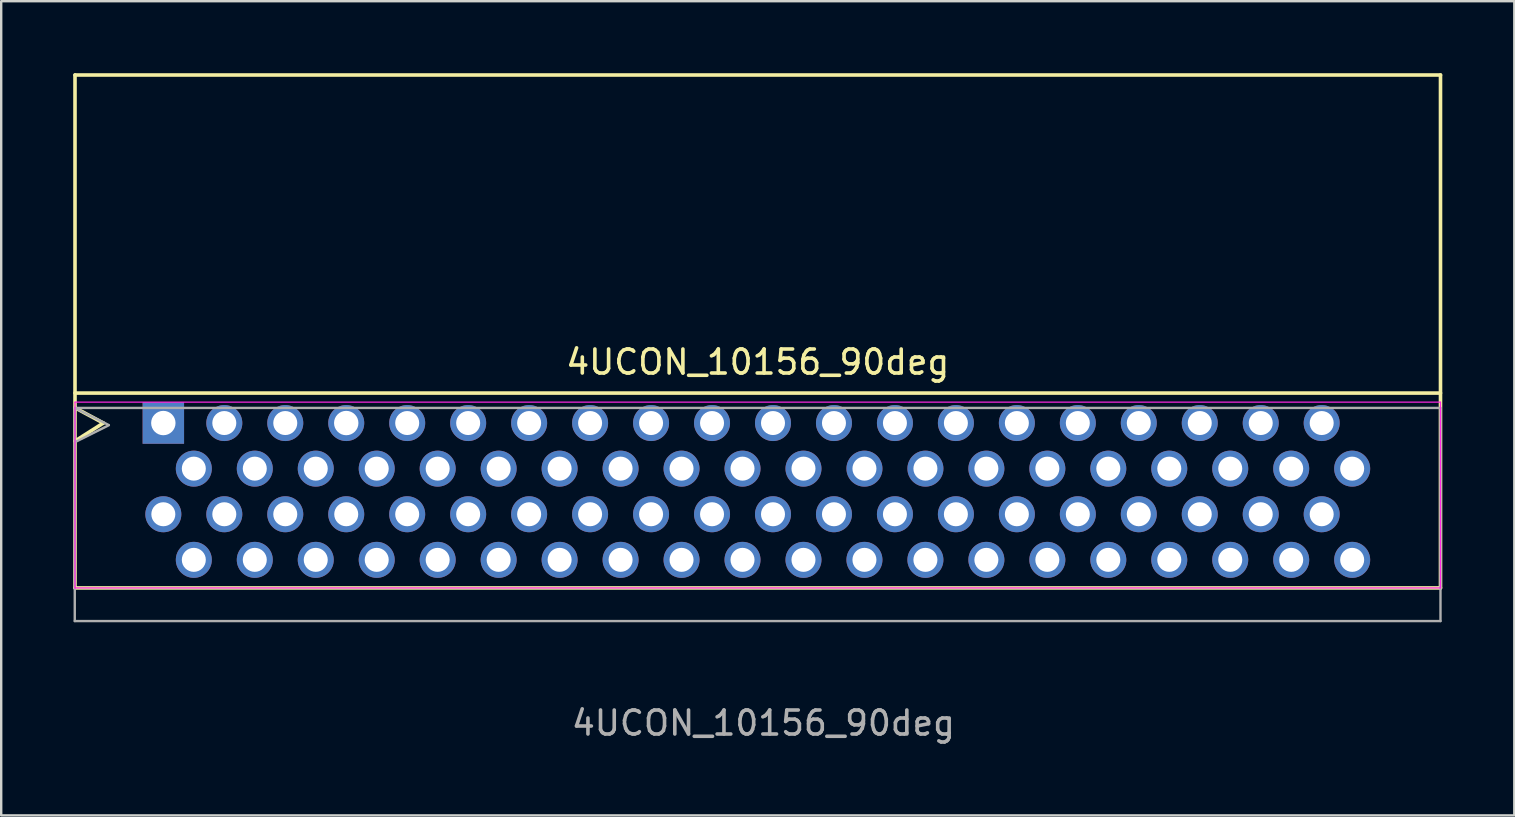
<source format=kicad_pcb>
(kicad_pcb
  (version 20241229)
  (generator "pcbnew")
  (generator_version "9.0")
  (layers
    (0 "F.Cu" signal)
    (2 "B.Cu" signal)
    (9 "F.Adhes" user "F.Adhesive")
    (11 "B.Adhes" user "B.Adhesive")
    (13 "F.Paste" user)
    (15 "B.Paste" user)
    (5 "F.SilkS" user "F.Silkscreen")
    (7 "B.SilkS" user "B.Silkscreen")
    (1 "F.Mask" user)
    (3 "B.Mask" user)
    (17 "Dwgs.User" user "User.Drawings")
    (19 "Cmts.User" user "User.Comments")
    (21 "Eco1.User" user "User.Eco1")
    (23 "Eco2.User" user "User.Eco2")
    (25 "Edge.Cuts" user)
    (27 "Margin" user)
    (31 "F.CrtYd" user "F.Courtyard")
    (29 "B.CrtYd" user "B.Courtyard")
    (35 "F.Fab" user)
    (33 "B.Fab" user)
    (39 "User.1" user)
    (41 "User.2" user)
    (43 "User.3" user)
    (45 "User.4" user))
  (footprint "4UCON_10156_90deg"
    (layer "F.Cu")
    (at 3.755 14.575)
    (property "Reference" "4UCON_10156_90deg" (at 24.765 -2.54 0) (layer "F.SilkS") (effects (font (size 1 1) (thickness 0.15))))
    (attr through_hole)
    (fp_line (start -3.68 -14.5) (end -3.68 6.87) (stroke (width 0.15) (type solid)) (layer "F.SilkS"))
    (fp_line (start -3.68 -14.5) (end 53.21 -14.5) (stroke (width 0.15) (type solid)) (layer "F.SilkS"))
    (fp_line (start -3.68 -1.25) (end 53.21 -1.25) (stroke (width 0.15) (type solid)) (layer "F.SilkS"))
    (fp_line (start -3.68 -0.635) (end -2.5 0) (stroke (width 0.15) (type solid)) (layer "F.SilkS"))
    (fp_line (start -2.5 0) (end -3.68 0.75) (stroke (width 0.15) (type solid)) (layer "F.SilkS"))
    (fp_line (start 53.21 -14.5) (end 53.21 6.87) (stroke (width 0.15) (type solid)) (layer "F.SilkS"))
    (fp_line (start 53.21 6.87) (end -3.68 6.87) (stroke (width 0.15) (type solid)) (layer "F.SilkS"))
    (fp_line (start -3.68 -0.87) (end -3.68 6.87) (stroke (width 0.05) (type solid)) (layer "F.CrtYd"))
    (fp_line (start 53.21 -0.87) (end -3.68 -0.87) (stroke (width 0.05) (type solid)) (layer "F.CrtYd"))
    (fp_line (start 53.21 6.87) (end -3.68 6.87) (stroke (width 0.05) (type solid)) (layer "F.CrtYd"))
    (fp_line (start 53.21 6.87) (end 53.21 -0.87) (stroke (width 0.05) (type solid)) (layer "F.CrtYd"))
    (fp_line (start -3.69 -0.63) (end 53.21 -0.63) (stroke (width 0.1) (type solid)) (layer "F.Fab"))
    (fp_line (start -3.69 8.25) (end -3.69 -0.63) (stroke (width 0.1) (type solid)) (layer "F.Fab"))
    (fp_line (start -3.68 -0.62) (end -2.28 0.08) (stroke (width 0.1) (type solid)) (layer "F.Fab"))
    (fp_line (start -2.27 0.09) (end -3.67 0.79) (stroke (width 0.1) (type solid)) (layer "F.Fab"))
    (fp_line (start 53.21 -0.63) (end 53.21 8.25) (stroke (width 0.1) (type solid)) (layer "F.Fab"))
    (fp_line (start 53.21 8.25) (end -3.69 8.25) (stroke (width 0.1) (type solid)) (layer "F.Fab"))
    (fp_text user "${REFERENCE}" (at 25 12.5 0) (layer "F.Fab") (effects (font (size 1 1) (thickness 0.15))))
    (pad "1" thru_hole rect (at 0 0) (size 1.727 1.727) (drill 1.016) (layers "*.Cu" "*.Mask"))
    (pad "2" thru_hole circle (at 0 3.8) (size 1.5 1.5) (drill 1) (layers "*.Cu" "*.Mask"))
    (pad "3" thru_hole circle (at 1.27 1.9) (size 1.5 1.5) (drill 1) (layers "*.Cu" "*.Mask"))
    (pad "4" thru_hole circle (at 1.27 5.7) (size 1.5 1.5) (drill 1) (layers "*.Cu" "*.Mask"))
    (pad "5" thru_hole circle (at 2.54 0) (size 1.5 1.5) (drill 1) (layers "*.Cu" "*.Mask"))
    (pad "6" thru_hole circle (at 2.54 3.8) (size 1.5 1.5) (drill 1) (layers "*.Cu" "*.Mask"))
    (pad "7" thru_hole circle (at 3.81 1.9) (size 1.5 1.5) (drill 1) (layers "*.Cu" "*.Mask"))
    (pad "8" thru_hole circle (at 3.81 5.7) (size 1.5 1.5) (drill 1) (layers "*.Cu" "*.Mask"))
    (pad "9" thru_hole circle (at 5.08 0) (size 1.5 1.5) (drill 1) (layers "*.Cu" "*.Mask"))
    (pad "10" thru_hole circle (at 5.08 3.8) (size 1.5 1.5) (drill 1) (layers "*.Cu" "*.Mask"))
    (pad "11" thru_hole circle (at 6.35 1.9) (size 1.5 1.5) (drill 1) (layers "*.Cu" "*.Mask"))
    (pad "12" thru_hole circle (at 6.35 5.7) (size 1.5 1.5) (drill 1) (layers "*.Cu" "*.Mask"))
    (pad "13" thru_hole circle (at 7.62 0) (size 1.5 1.5) (drill 1.016) (layers "*.Cu" "*.Mask"))
    (pad "14" thru_hole circle (at 7.62 3.8) (size 1.5 1.5) (drill 1) (layers "*.Cu" "*.Mask"))
    (pad "15" thru_hole circle (at 8.89 1.9) (size 1.5 1.5) (drill 1) (layers "*.Cu" "*.Mask"))
    (pad "16" thru_hole circle (at 8.89 5.7) (size 1.5 1.5) (drill 1) (layers "*.Cu" "*.Mask"))
    (pad "17" thru_hole circle (at 10.16 0) (size 1.5 1.5) (drill 1) (layers "*.Cu" "*.Mask"))
    (pad "18" thru_hole circle (at 10.16 3.8) (size 1.5 1.5) (drill 1) (layers "*.Cu" "*.Mask"))
    (pad "19" thru_hole circle (at 11.43 1.9) (size 1.5 1.5) (drill 1) (layers "*.Cu" "*.Mask"))
    (pad "20" thru_hole circle (at 11.43 5.7) (size 1.5 1.5) (drill 1) (layers "*.Cu" "*.Mask"))
    (pad "21" thru_hole circle (at 12.7 0) (size 1.5 1.5) (drill 1) (layers "*.Cu" "*.Mask"))
    (pad "22" thru_hole circle (at 12.7 3.8) (size 1.5 1.5) (drill 1) (layers "*.Cu" "*.Mask"))
    (pad "23" thru_hole circle (at 13.97 1.9) (size 1.5 1.5) (drill 1) (layers "*.Cu" "*.Mask"))
    (pad "24" thru_hole circle (at 13.97 5.7) (size 1.5 1.5) (drill 1) (layers "*.Cu" "*.Mask"))
    (pad "25" thru_hole circle (at 15.24 0) (size 1.5 1.5) (drill 1) (layers "*.Cu" "*.Mask"))
    (pad "26" thru_hole circle (at 15.24 3.8) (size 1.5 1.5) (drill 1) (layers "*.Cu" "*.Mask"))
    (pad "27" thru_hole circle (at 16.51 1.9) (size 1.5 1.5) (drill 1) (layers "*.Cu" "*.Mask"))
    (pad "28" thru_hole circle (at 16.51 5.7) (size 1.5 1.5) (drill 1) (layers "*.Cu" "*.Mask"))
    (pad "29" thru_hole circle (at 17.78 0) (size 1.5 1.5) (drill 1) (layers "*.Cu" "*.Mask"))
    (pad "30" thru_hole circle (at 17.78 3.8) (size 1.5 1.5) (drill 1) (layers "*.Cu" "*.Mask"))
    (pad "31" thru_hole circle (at 19.05 1.9) (size 1.5 1.5) (drill 1) (layers "*.Cu" "*.Mask"))
    (pad "32" thru_hole circle (at 19.05 5.7) (size 1.5 1.5) (drill 1) (layers "*.Cu" "*.Mask"))
    (pad "33" thru_hole circle (at 20.32 0) (size 1.5 1.5) (drill 1) (layers "*.Cu" "*.Mask"))
    (pad "34" thru_hole circle (at 20.32 3.8) (size 1.5 1.5) (drill 1) (layers "*.Cu" "*.Mask"))
    (pad "35" thru_hole circle (at 21.59 1.9) (size 1.5 1.5) (drill 1) (layers "*.Cu" "*.Mask"))
    (pad "36" thru_hole circle (at 21.59 5.7) (size 1.5 1.5) (drill 1) (layers "*.Cu" "*.Mask"))
    (pad "37" thru_hole circle (at 22.86 0) (size 1.5 1.5) (drill 1) (layers "*.Cu" "*.Mask"))
    (pad "38" thru_hole circle (at 22.86 3.8) (size 1.5 1.5) (drill 1) (layers "*.Cu" "*.Mask"))
    (pad "39" thru_hole circle (at 24.13 1.9) (size 1.5 1.5) (drill 1) (layers "*.Cu" "*.Mask"))
    (pad "40" thru_hole circle (at 24.13 5.7) (size 1.5 1.5) (drill 1) (layers "*.Cu" "*.Mask"))
    (pad "41" thru_hole circle (at 25.4 0) (size 1.5 1.5) (drill 1) (layers "*.Cu" "*.Mask"))
    (pad "42" thru_hole circle (at 25.4 3.8) (size 1.5 1.5) (drill 1) (layers "*.Cu" "*.Mask"))
    (pad "43" thru_hole circle (at 26.67 1.9) (size 1.5 1.5) (drill 1) (layers "*.Cu" "*.Mask"))
    (pad "44" thru_hole circle (at 26.67 5.7) (size 1.5 1.5) (drill 1) (layers "*.Cu" "*.Mask"))
    (pad "45" thru_hole circle (at 27.94 0) (size 1.5 1.5) (drill 1) (layers "*.Cu" "*.Mask"))
    (pad "46" thru_hole circle (at 27.94 3.8) (size 1.5 1.5) (drill 1) (layers "*.Cu" "*.Mask"))
    (pad "47" thru_hole circle (at 29.21 1.9) (size 1.5 1.5) (drill 1) (layers "*.Cu" "*.Mask"))
    (pad "48" thru_hole circle (at 29.21 5.7) (size 1.5 1.5) (drill 1) (layers "*.Cu" "*.Mask"))
    (pad "49" thru_hole circle (at 30.48 0) (size 1.5 1.5) (drill 1) (layers "*.Cu" "*.Mask"))
    (pad "50" thru_hole circle (at 30.48 3.8) (size 1.5 1.5) (drill 1) (layers "*.Cu" "*.Mask"))
    (pad "51" thru_hole circle (at 31.75 1.9) (size 1.5 1.5) (drill 1) (layers "*.Cu" "*.Mask"))
    (pad "52" thru_hole circle (at 31.75 5.7) (size 1.5 1.5) (drill 1) (layers "*.Cu" "*.Mask"))
    (pad "53" thru_hole circle (at 33.02 0) (size 1.5 1.5) (drill 1) (layers "*.Cu" "*.Mask"))
    (pad "54" thru_hole circle (at 33.02 3.8) (size 1.5 1.5) (drill 1) (layers "*.Cu" "*.Mask"))
    (pad "55" thru_hole circle (at 34.29 1.9) (size 1.5 1.5) (drill 1) (layers "*.Cu" "*.Mask"))
    (pad "56" thru_hole circle (at 34.29 5.7) (size 1.5 1.5) (drill 1) (layers "*.Cu" "*.Mask"))
    (pad "57" thru_hole circle (at 35.56 0) (size 1.5 1.5) (drill 1) (layers "*.Cu" "*.Mask"))
    (pad "58" thru_hole circle (at 35.56 3.8) (size 1.5 1.5) (drill 1) (layers "*.Cu" "*.Mask"))
    (pad "59" thru_hole circle (at 36.83 1.9) (size 1.5 1.5) (drill 1) (layers "*.Cu" "*.Mask"))
    (pad "60" thru_hole circle (at 36.83 5.7) (size 1.5 1.5) (drill 1) (layers "*.Cu" "*.Mask"))
    (pad "61" thru_hole circle (at 38.1 0) (size 1.5 1.5) (drill 1) (layers "*.Cu" "*.Mask"))
    (pad "62" thru_hole circle (at 38.1 3.8) (size 1.5 1.5) (drill 1) (layers "*.Cu" "*.Mask"))
    (pad "63" thru_hole circle (at 39.37 1.9) (size 1.5 1.5) (drill 1) (layers "*.Cu" "*.Mask"))
    (pad "64" thru_hole circle (at 39.37 5.7) (size 1.5 1.5) (drill 1) (layers "*.Cu" "*.Mask"))
    (pad "65" thru_hole circle (at 40.64 0) (size 1.5 1.5) (drill 1) (layers "*.Cu" "*.Mask"))
    (pad "66" thru_hole circle (at 40.64 3.8) (size 1.5 1.5) (drill 1) (layers "*.Cu" "*.Mask"))
    (pad "67" thru_hole circle (at 41.91 1.9) (size 1.5 1.5) (drill 1) (layers "*.Cu" "*.Mask"))
    (pad "68" thru_hole circle (at 41.91 5.7) (size 1.5 1.5) (drill 1) (layers "*.Cu" "*.Mask"))
    (pad "69" thru_hole circle (at 43.18 0) (size 1.5 1.5) (drill 1) (layers "*.Cu" "*.Mask"))
    (pad "70" thru_hole circle (at 43.18 3.8) (size 1.5 1.5) (drill 1) (layers "*.Cu" "*.Mask"))
    (pad "71" thru_hole circle (at 44.45 1.9) (size 1.5 1.5) (drill 1) (layers "*.Cu" "*.Mask"))
    (pad "72" thru_hole circle (at 44.45 5.7) (size 1.5 1.5) (drill 1) (layers "*.Cu" "*.Mask"))
    (pad "73" thru_hole circle (at 45.72 0) (size 1.5 1.5) (drill 1) (layers "*.Cu" "*.Mask"))
    (pad "74" thru_hole circle (at 45.72 3.8) (size 1.5 1.5) (drill 1) (layers "*.Cu" "*.Mask"))
    (pad "75" thru_hole circle (at 46.99 1.9) (size 1.5 1.5) (drill 1) (layers "*.Cu" "*.Mask"))
    (pad "76" thru_hole circle (at 46.99 5.7) (size 1.5 1.5) (drill 1) (layers "*.Cu" "*.Mask"))
    (pad "77" thru_hole circle (at 48.26 0) (size 1.5 1.5) (drill 1) (layers "*.Cu" "*.Mask"))
    (pad "78" thru_hole circle (at 48.26 3.8) (size 1.5 1.5) (drill 1) (layers "*.Cu" "*.Mask"))
    (pad "79" thru_hole circle (at 49.53 1.9) (size 1.5 1.5) (drill 1) (layers "*.Cu" "*.Mask"))
    (pad "80" thru_hole circle (at 49.53 5.7) (size 1.5 1.5) (drill 1) (layers "*.Cu" "*.Mask")))
  (gr_rect
    (start -3 -3)
    (end 60.04 30.923)
    (stroke (width 0.1) (type default))
    (fill no)
    (layer "Edge.Cuts")))
</source>
